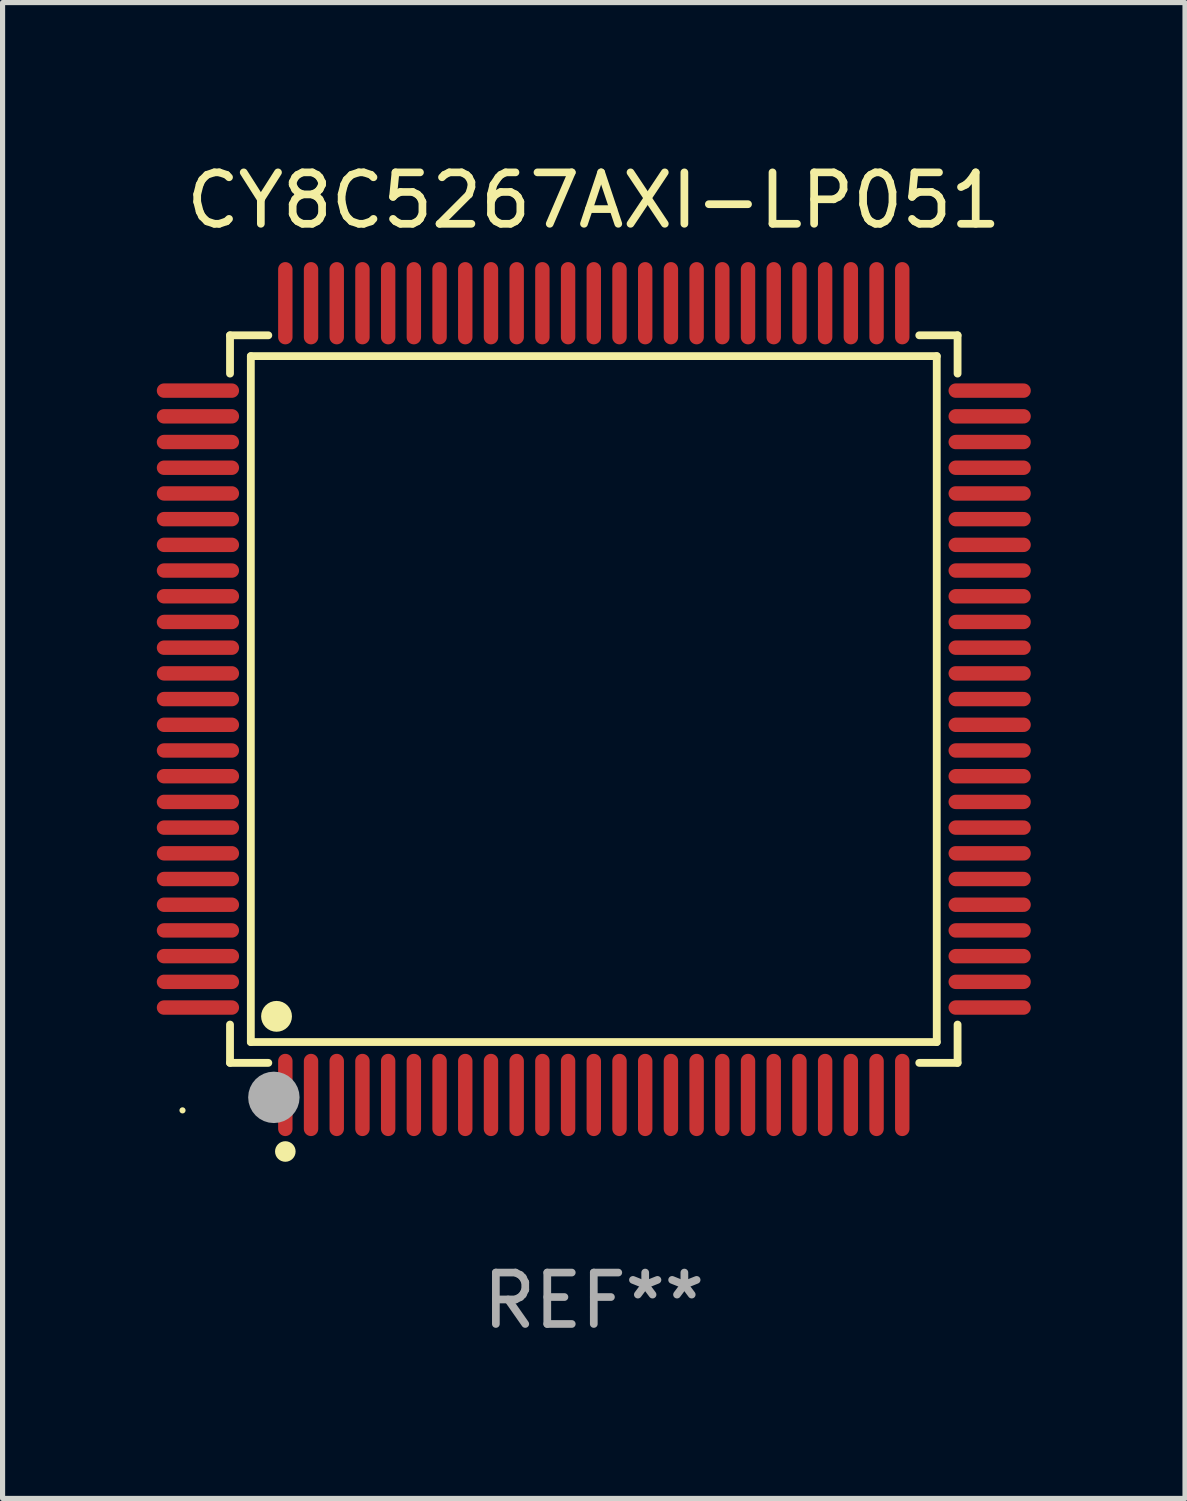
<source format=kicad_pcb>
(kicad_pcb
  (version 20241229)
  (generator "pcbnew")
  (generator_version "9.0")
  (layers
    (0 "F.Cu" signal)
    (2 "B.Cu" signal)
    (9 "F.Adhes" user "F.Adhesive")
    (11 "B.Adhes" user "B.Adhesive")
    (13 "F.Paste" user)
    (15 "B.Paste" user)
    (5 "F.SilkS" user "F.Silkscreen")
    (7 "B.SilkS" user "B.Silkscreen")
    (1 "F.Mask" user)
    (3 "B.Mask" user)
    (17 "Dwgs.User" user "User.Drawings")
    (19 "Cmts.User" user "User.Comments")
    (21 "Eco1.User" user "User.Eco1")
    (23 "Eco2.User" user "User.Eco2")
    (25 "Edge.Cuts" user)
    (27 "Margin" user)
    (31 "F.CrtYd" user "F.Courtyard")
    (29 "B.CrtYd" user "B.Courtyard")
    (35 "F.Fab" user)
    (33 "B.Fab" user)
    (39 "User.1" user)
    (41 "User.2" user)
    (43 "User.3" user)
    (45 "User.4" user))
  (footprint "CY8C5267AXI-LP051"
    (layer "F.Cu")
    (at 8.5 10.548)
    (property "Reference" "CY8C5267AXI-LP051" (at 0 -9.7 0) (layer "F.SilkS") (effects (font (size 1 1) (thickness 0.15))))
    (attr through_hole)
    (fp_line (start -7.076 -7.076) (end -6.331 -7.076) (stroke (width 0.152) (type solid)) (layer "F.SilkS"))
    (fp_line (start -7.076 -6.331) (end -7.076 -7.076) (stroke (width 0.152) (type solid)) (layer "F.SilkS"))
    (fp_line (start -7.076 6.331) (end -7.076 7.076) (stroke (width 0.152) (type solid)) (layer "F.SilkS"))
    (fp_line (start -7.076 7.076) (end -6.331 7.076) (stroke (width 0.152) (type solid)) (layer "F.SilkS"))
    (fp_line (start -6.671 -6.671) (end 6.671 -6.671) (stroke (width 0.152) (type solid)) (layer "F.SilkS"))
    (fp_line (start -6.671 6.671) (end -6.671 -6.671) (stroke (width 0.152) (type solid)) (layer "F.SilkS"))
    (fp_line (start 6.671 -6.671) (end 6.671 6.671) (stroke (width 0.152) (type solid)) (layer "F.SilkS"))
    (fp_line (start 6.671 6.671) (end -6.671 6.671) (stroke (width 0.152) (type solid)) (layer "F.SilkS"))
    (fp_line (start 7.076 -7.076) (end 6.331 -7.076) (stroke (width 0.152) (type solid)) (layer "F.SilkS"))
    (fp_line (start 7.076 -6.331) (end 7.076 -7.076) (stroke (width 0.152) (type solid)) (layer "F.SilkS"))
    (fp_line (start 7.076 6.331) (end 7.076 7.076) (stroke (width 0.152) (type solid)) (layer "F.SilkS"))
    (fp_line (start 7.076 7.076) (end 6.331 7.076) (stroke (width 0.152) (type solid)) (layer "F.SilkS"))
    (fp_circle (center -8 8) (end -7.97 8) (stroke (width 0.06) (type solid)) (fill no) (layer "F.SilkS"))
    (fp_circle (center -6.171 6.171) (end -6.021 6.171) (stroke (width 0.3) (type solid)) (fill no) (layer "F.SilkS"))
    (fp_circle (center -6 8.8) (end -5.9 8.8) (stroke (width 0.2) (type solid)) (fill no) (layer "F.SilkS"))
    (fp_circle (center -6.223 7.747) (end -5.973 7.747) (stroke (width 0.5) (type solid)) (fill no) (layer "F.Fab"))
    (fp_text user "REF**" (at 0 11.7 0) (layer "F.Fab") (effects (font (size 1 1) (thickness 0.15))))
    (pad "1" smd oval (at -6 7.7) (size 0.28 1.6) (layers "F.Cu" "F.Mask" "F.Paste"))
    (pad "2" smd oval (at -5.5 7.7) (size 0.28 1.6) (layers "F.Cu" "F.Mask" "F.Paste"))
    (pad "3" smd oval (at -5 7.7) (size 0.28 1.6) (layers "F.Cu" "F.Mask" "F.Paste"))
    (pad "4" smd oval (at -4.5 7.7) (size 0.28 1.6) (layers "F.Cu" "F.Mask" "F.Paste"))
    (pad "5" smd oval (at -4 7.7) (size 0.28 1.6) (layers "F.Cu" "F.Mask" "F.Paste"))
    (pad "6" smd oval (at -3.5 7.7) (size 0.28 1.6) (layers "F.Cu" "F.Mask" "F.Paste"))
    (pad "7" smd oval (at -3 7.7) (size 0.28 1.6) (layers "F.Cu" "F.Mask" "F.Paste"))
    (pad "8" smd oval (at -2.5 7.7) (size 0.28 1.6) (layers "F.Cu" "F.Mask" "F.Paste"))
    (pad "9" smd oval (at -2 7.7) (size 0.28 1.6) (layers "F.Cu" "F.Mask" "F.Paste"))
    (pad "10" smd oval (at -1.5 7.7) (size 0.28 1.6) (layers "F.Cu" "F.Mask" "F.Paste"))
    (pad "11" smd oval (at -1 7.7) (size 0.28 1.6) (layers "F.Cu" "F.Mask" "F.Paste"))
    (pad "12" smd oval (at -0.5 7.7) (size 0.28 1.6) (layers "F.Cu" "F.Mask" "F.Paste"))
    (pad "13" smd oval (at 0 7.7) (size 0.28 1.6) (layers "F.Cu" "F.Mask" "F.Paste"))
    (pad "14" smd oval (at 0.5 7.7) (size 0.28 1.6) (layers "F.Cu" "F.Mask" "F.Paste"))
    (pad "15" smd oval (at 1 7.7) (size 0.28 1.6) (layers "F.Cu" "F.Mask" "F.Paste"))
    (pad "16" smd oval (at 1.5 7.7) (size 0.28 1.6) (layers "F.Cu" "F.Mask" "F.Paste"))
    (pad "17" smd oval (at 2 7.7) (size 0.28 1.6) (layers "F.Cu" "F.Mask" "F.Paste"))
    (pad "18" smd oval (at 2.5 7.7) (size 0.28 1.6) (layers "F.Cu" "F.Mask" "F.Paste"))
    (pad "19" smd oval (at 3 7.7) (size 0.28 1.6) (layers "F.Cu" "F.Mask" "F.Paste"))
    (pad "20" smd oval (at 3.5 7.7) (size 0.28 1.6) (layers "F.Cu" "F.Mask" "F.Paste"))
    (pad "21" smd oval (at 4 7.7) (size 0.28 1.6) (layers "F.Cu" "F.Mask" "F.Paste"))
    (pad "22" smd oval (at 4.5 7.7) (size 0.28 1.6) (layers "F.Cu" "F.Mask" "F.Paste"))
    (pad "23" smd oval (at 5 7.7) (size 0.28 1.6) (layers "F.Cu" "F.Mask" "F.Paste"))
    (pad "24" smd oval (at 5.5 7.7) (size 0.28 1.6) (layers "F.Cu" "F.Mask" "F.Paste"))
    (pad "25" smd oval (at 6 7.7) (size 0.28 1.6) (layers "F.Cu" "F.Mask" "F.Paste"))
    (pad "26" smd oval (at 7.7 6) (size 1.6 0.28) (layers "F.Cu" "F.Mask" "F.Paste"))
    (pad "27" smd oval (at 7.7 5.5) (size 1.6 0.28) (layers "F.Cu" "F.Mask" "F.Paste"))
    (pad "28" smd oval (at 7.7 5) (size 1.6 0.28) (layers "F.Cu" "F.Mask" "F.Paste"))
    (pad "29" smd oval (at 7.7 4.5) (size 1.6 0.28) (layers "F.Cu" "F.Mask" "F.Paste"))
    (pad "30" smd oval (at 7.7 4) (size 1.6 0.28) (layers "F.Cu" "F.Mask" "F.Paste"))
    (pad "31" smd oval (at 7.7 3.5) (size 1.6 0.28) (layers "F.Cu" "F.Mask" "F.Paste"))
    (pad "32" smd oval (at 7.7 3) (size 1.6 0.28) (layers "F.Cu" "F.Mask" "F.Paste"))
    (pad "33" smd oval (at 7.7 2.5) (size 1.6 0.28) (layers "F.Cu" "F.Mask" "F.Paste"))
    (pad "34" smd oval (at 7.7 2) (size 1.6 0.28) (layers "F.Cu" "F.Mask" "F.Paste"))
    (pad "35" smd oval (at 7.7 1.5) (size 1.6 0.28) (layers "F.Cu" "F.Mask" "F.Paste"))
    (pad "36" smd oval (at 7.7 1) (size 1.6 0.28) (layers "F.Cu" "F.Mask" "F.Paste"))
    (pad "37" smd oval (at 7.7 0.5) (size 1.6 0.28) (layers "F.Cu" "F.Mask" "F.Paste"))
    (pad "38" smd oval (at 7.7 0) (size 1.6 0.28) (layers "F.Cu" "F.Mask" "F.Paste"))
    (pad "39" smd oval (at 7.7 -0.5) (size 1.6 0.28) (layers "F.Cu" "F.Mask" "F.Paste"))
    (pad "40" smd oval (at 7.7 -1) (size 1.6 0.28) (layers "F.Cu" "F.Mask" "F.Paste"))
    (pad "41" smd oval (at 7.7 -1.5) (size 1.6 0.28) (layers "F.Cu" "F.Mask" "F.Paste"))
    (pad "42" smd oval (at 7.7 -2) (size 1.6 0.28) (layers "F.Cu" "F.Mask" "F.Paste"))
    (pad "43" smd oval (at 7.7 -2.5) (size 1.6 0.28) (layers "F.Cu" "F.Mask" "F.Paste"))
    (pad "44" smd oval (at 7.7 -3) (size 1.6 0.28) (layers "F.Cu" "F.Mask" "F.Paste"))
    (pad "45" smd oval (at 7.7 -3.5) (size 1.6 0.28) (layers "F.Cu" "F.Mask" "F.Paste"))
    (pad "46" smd oval (at 7.7 -4) (size 1.6 0.28) (layers "F.Cu" "F.Mask" "F.Paste"))
    (pad "47" smd oval (at 7.7 -4.5) (size 1.6 0.28) (layers "F.Cu" "F.Mask" "F.Paste"))
    (pad "48" smd oval (at 7.7 -5) (size 1.6 0.28) (layers "F.Cu" "F.Mask" "F.Paste"))
    (pad "49" smd oval (at 7.7 -5.5) (size 1.6 0.28) (layers "F.Cu" "F.Mask" "F.Paste"))
    (pad "50" smd oval (at 7.7 -6) (size 1.6 0.28) (layers "F.Cu" "F.Mask" "F.Paste"))
    (pad "51" smd oval (at 6 -7.7) (size 0.28 1.6) (layers "F.Cu" "F.Mask" "F.Paste"))
    (pad "52" smd oval (at 5.5 -7.7) (size 0.28 1.6) (layers "F.Cu" "F.Mask" "F.Paste"))
    (pad "53" smd oval (at 5 -7.7) (size 0.28 1.6) (layers "F.Cu" "F.Mask" "F.Paste"))
    (pad "54" smd oval (at 4.5 -7.7) (size 0.28 1.6) (layers "F.Cu" "F.Mask" "F.Paste"))
    (pad "55" smd oval (at 4 -7.7) (size 0.28 1.6) (layers "F.Cu" "F.Mask" "F.Paste"))
    (pad "56" smd oval (at 3.5 -7.7) (size 0.28 1.6) (layers "F.Cu" "F.Mask" "F.Paste"))
    (pad "57" smd oval (at 3 -7.7) (size 0.28 1.6) (layers "F.Cu" "F.Mask" "F.Paste"))
    (pad "58" smd oval (at 2.5 -7.7) (size 0.28 1.6) (layers "F.Cu" "F.Mask" "F.Paste"))
    (pad "59" smd oval (at 2 -7.7) (size 0.28 1.6) (layers "F.Cu" "F.Mask" "F.Paste"))
    (pad "60" smd oval (at 1.5 -7.7) (size 0.28 1.6) (layers "F.Cu" "F.Mask" "F.Paste"))
    (pad "61" smd oval (at 1 -7.7) (size 0.28 1.6) (layers "F.Cu" "F.Mask" "F.Paste"))
    (pad "62" smd oval (at 0.5 -7.7) (size 0.28 1.6) (layers "F.Cu" "F.Mask" "F.Paste"))
    (pad "63" smd oval (at 0 -7.7) (size 0.28 1.6) (layers "F.Cu" "F.Mask" "F.Paste"))
    (pad "64" smd oval (at -0.5 -7.7) (size 0.28 1.6) (layers "F.Cu" "F.Mask" "F.Paste"))
    (pad "65" smd oval (at -1 -7.7) (size 0.28 1.6) (layers "F.Cu" "F.Mask" "F.Paste"))
    (pad "66" smd oval (at -1.5 -7.7) (size 0.28 1.6) (layers "F.Cu" "F.Mask" "F.Paste"))
    (pad "67" smd oval (at -2 -7.7) (size 0.28 1.6) (layers "F.Cu" "F.Mask" "F.Paste"))
    (pad "68" smd oval (at -2.5 -7.7) (size 0.28 1.6) (layers "F.Cu" "F.Mask" "F.Paste"))
    (pad "69" smd oval (at -3 -7.7) (size 0.28 1.6) (layers "F.Cu" "F.Mask" "F.Paste"))
    (pad "70" smd oval (at -3.5 -7.7) (size 0.28 1.6) (layers "F.Cu" "F.Mask" "F.Paste"))
    (pad "71" smd oval (at -4 -7.7) (size 0.28 1.6) (layers "F.Cu" "F.Mask" "F.Paste"))
    (pad "72" smd oval (at -4.5 -7.7) (size 0.28 1.6) (layers "F.Cu" "F.Mask" "F.Paste"))
    (pad "73" smd oval (at -5 -7.7) (size 0.28 1.6) (layers "F.Cu" "F.Mask" "F.Paste"))
    (pad "74" smd oval (at -5.5 -7.7) (size 0.28 1.6) (layers "F.Cu" "F.Mask" "F.Paste"))
    (pad "75" smd oval (at -6 -7.7) (size 0.28 1.6) (layers "F.Cu" "F.Mask" "F.Paste"))
    (pad "76" smd oval (at -7.7 -6) (size 1.6 0.28) (layers "F.Cu" "F.Mask" "F.Paste"))
    (pad "77" smd oval (at -7.7 -5.5) (size 1.6 0.28) (layers "F.Cu" "F.Mask" "F.Paste"))
    (pad "78" smd oval (at -7.7 -5) (size 1.6 0.28) (layers "F.Cu" "F.Mask" "F.Paste"))
    (pad "79" smd oval (at -7.7 -4.5) (size 1.6 0.28) (layers "F.Cu" "F.Mask" "F.Paste"))
    (pad "80" smd oval (at -7.7 -4) (size 1.6 0.28) (layers "F.Cu" "F.Mask" "F.Paste"))
    (pad "81" smd oval (at -7.7 -3.5) (size 1.6 0.28) (layers "F.Cu" "F.Mask" "F.Paste"))
    (pad "82" smd oval (at -7.7 -3) (size 1.6 0.28) (layers "F.Cu" "F.Mask" "F.Paste"))
    (pad "83" smd oval (at -7.7 -2.5) (size 1.6 0.28) (layers "F.Cu" "F.Mask" "F.Paste"))
    (pad "84" smd oval (at -7.7 -2) (size 1.6 0.28) (layers "F.Cu" "F.Mask" "F.Paste"))
    (pad "85" smd oval (at -7.7 -1.5) (size 1.6 0.28) (layers "F.Cu" "F.Mask" "F.Paste"))
    (pad "86" smd oval (at -7.7 -1) (size 1.6 0.28) (layers "F.Cu" "F.Mask" "F.Paste"))
    (pad "87" smd oval (at -7.7 -0.5) (size 1.6 0.28) (layers "F.Cu" "F.Mask" "F.Paste"))
    (pad "88" smd oval (at -7.7 0) (size 1.6 0.28) (layers "F.Cu" "F.Mask" "F.Paste"))
    (pad "89" smd oval (at -7.7 0.5) (size 1.6 0.28) (layers "F.Cu" "F.Mask" "F.Paste"))
    (pad "90" smd oval (at -7.7 1) (size 1.6 0.28) (layers "F.Cu" "F.Mask" "F.Paste"))
    (pad "91" smd oval (at -7.7 1.5) (size 1.6 0.28) (layers "F.Cu" "F.Mask" "F.Paste"))
    (pad "92" smd oval (at -7.7 2) (size 1.6 0.28) (layers "F.Cu" "F.Mask" "F.Paste"))
    (pad "93" smd oval (at -7.7 2.5) (size 1.6 0.28) (layers "F.Cu" "F.Mask" "F.Paste"))
    (pad "94" smd oval (at -7.7 3) (size 1.6 0.28) (layers "F.Cu" "F.Mask" "F.Paste"))
    (pad "95" smd oval (at -7.7 3.5) (size 1.6 0.28) (layers "F.Cu" "F.Mask" "F.Paste"))
    (pad "96" smd oval (at -7.7 4) (size 1.6 0.28) (layers "F.Cu" "F.Mask" "F.Paste"))
    (pad "97" smd oval (at -7.7 4.5) (size 1.6 0.28) (layers "F.Cu" "F.Mask" "F.Paste"))
    (pad "98" smd oval (at -7.7 5) (size 1.6 0.28) (layers "F.Cu" "F.Mask" "F.Paste"))
    (pad "99" smd oval (at -7.7 5.5) (size 1.6 0.28) (layers "F.Cu" "F.Mask" "F.Paste"))
    (pad "100" smd oval (at -7.7 6) (size 1.6 0.28) (layers "F.Cu" "F.Mask" "F.Paste")))
  (gr_rect
    (start -3 -3)
    (end 20 26.097)
    (stroke (width 0.1) (type default))
    (fill no)
    (layer "Edge.Cuts")))
</source>
